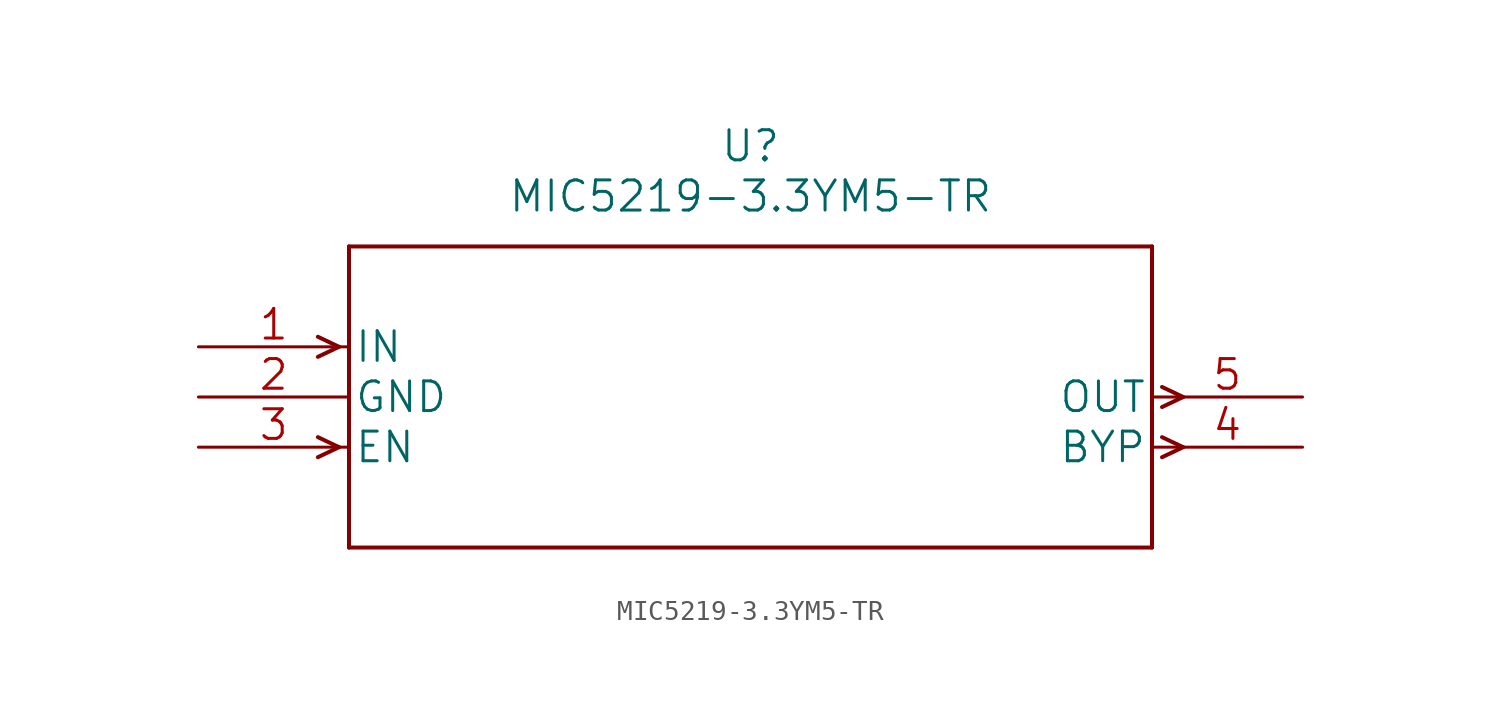
<source format=kicad_sym>
(kicad_symbol_lib
  (version 20220914)
  (generator kicad_symbol_editor)
  (symbol "MIC5219-3.3YM5-TR"
    (pin_names
      (offset 0.254))
    (property "Reference" "U"
      (at 27.94 10.16 0)
      (effects (font (size 1.524 1.524))))
    (property "Value" "MIC5219-3.3YM5-TR"
      (at 27.94 7.62 0)
      (effects (font (size 1.524 1.524))))
    (property "Datasheet" ""
      (at 0 0 0)
      (effects (font (size 1.524 1.524))))
    (property "ki_locked" ""
      (at 0 0 0)
      (effects (font (size 1.27 1.27))))
    (symbol "MIC5219-3.3YM5-TR_1_1"
      (polyline (pts (xy 7.112 -5.08) (xy 6.045 -5.588)) (stroke (width 0.203) (type solid)) (fill (type none)))
      (polyline (pts (xy 7.112 -5.08) (xy 6.045 -4.572)) (stroke (width 0.203) (type solid)) (fill (type none)))
      (polyline (pts (xy 7.112 0) (xy 6.045 -0.508)) (stroke (width 0.203) (type solid)) (fill (type none)))
      (polyline (pts (xy 7.112 0) (xy 6.045 0.508)) (stroke (width 0.203) (type solid)) (fill (type none)))
      (polyline (pts (xy 7.62 -10.16) (xy 48.26 -10.16)) (stroke (width 0.203) (type solid)) (fill (type none)))
      (polyline (pts (xy 7.62 5.08) (xy 7.62 -10.16)) (stroke (width 0.203) (type solid)) (fill (type none)))
      (polyline (pts (xy 48.26 -10.16) (xy 48.26 5.08)) (stroke (width 0.203) (type solid)) (fill (type none)))
      (polyline (pts (xy 48.26 5.08) (xy 7.62 5.08)) (stroke (width 0.203) (type solid)) (fill (type none)))
      (polyline (pts (xy 48.768 -5.588) (xy 49.835 -5.08)) (stroke (width 0.203) (type solid)) (fill (type none)))
      (polyline (pts (xy 48.768 -4.572) (xy 49.835 -5.08)) (stroke (width 0.203) (type solid)) (fill (type none)))
      (polyline (pts (xy 48.768 -3.048) (xy 49.835 -2.54)) (stroke (width 0.203) (type solid)) (fill (type none)))
      (polyline (pts (xy 48.768 -2.032) (xy 49.835 -2.54)) (stroke (width 0.203) (type solid)) (fill (type none)))
      (pin input line (at 0 0 0) (length 7.62) (name "IN" (effects (font (size 1.499 1.499)))) (number "1" (effects (font (size 1.499 1.499)))))
      (pin power_in line (at 0 -2.54 0) (length 7.62) (name "GND" (effects (font (size 1.499 1.499)))) (number "2" (effects (font (size 1.499 1.499)))))
      (pin input line (at 0 -5.08 0) (length 7.62) (name "EN" (effects (font (size 1.499 1.499)))) (number "3" (effects (font (size 1.499 1.499)))))
      (pin output line (at 55.88 -5.08 180) (length 7.62) (name "BYP" (effects (font (size 1.499 1.499)))) (number "4" (effects (font (size 1.499 1.499)))))
      (pin output line (at 55.88 -2.54 180) (length 7.62) (name "OUT" (effects (font (size 1.499 1.499)))) (number "5" (effects (font (size 1.499 1.499))))))))
</source>
